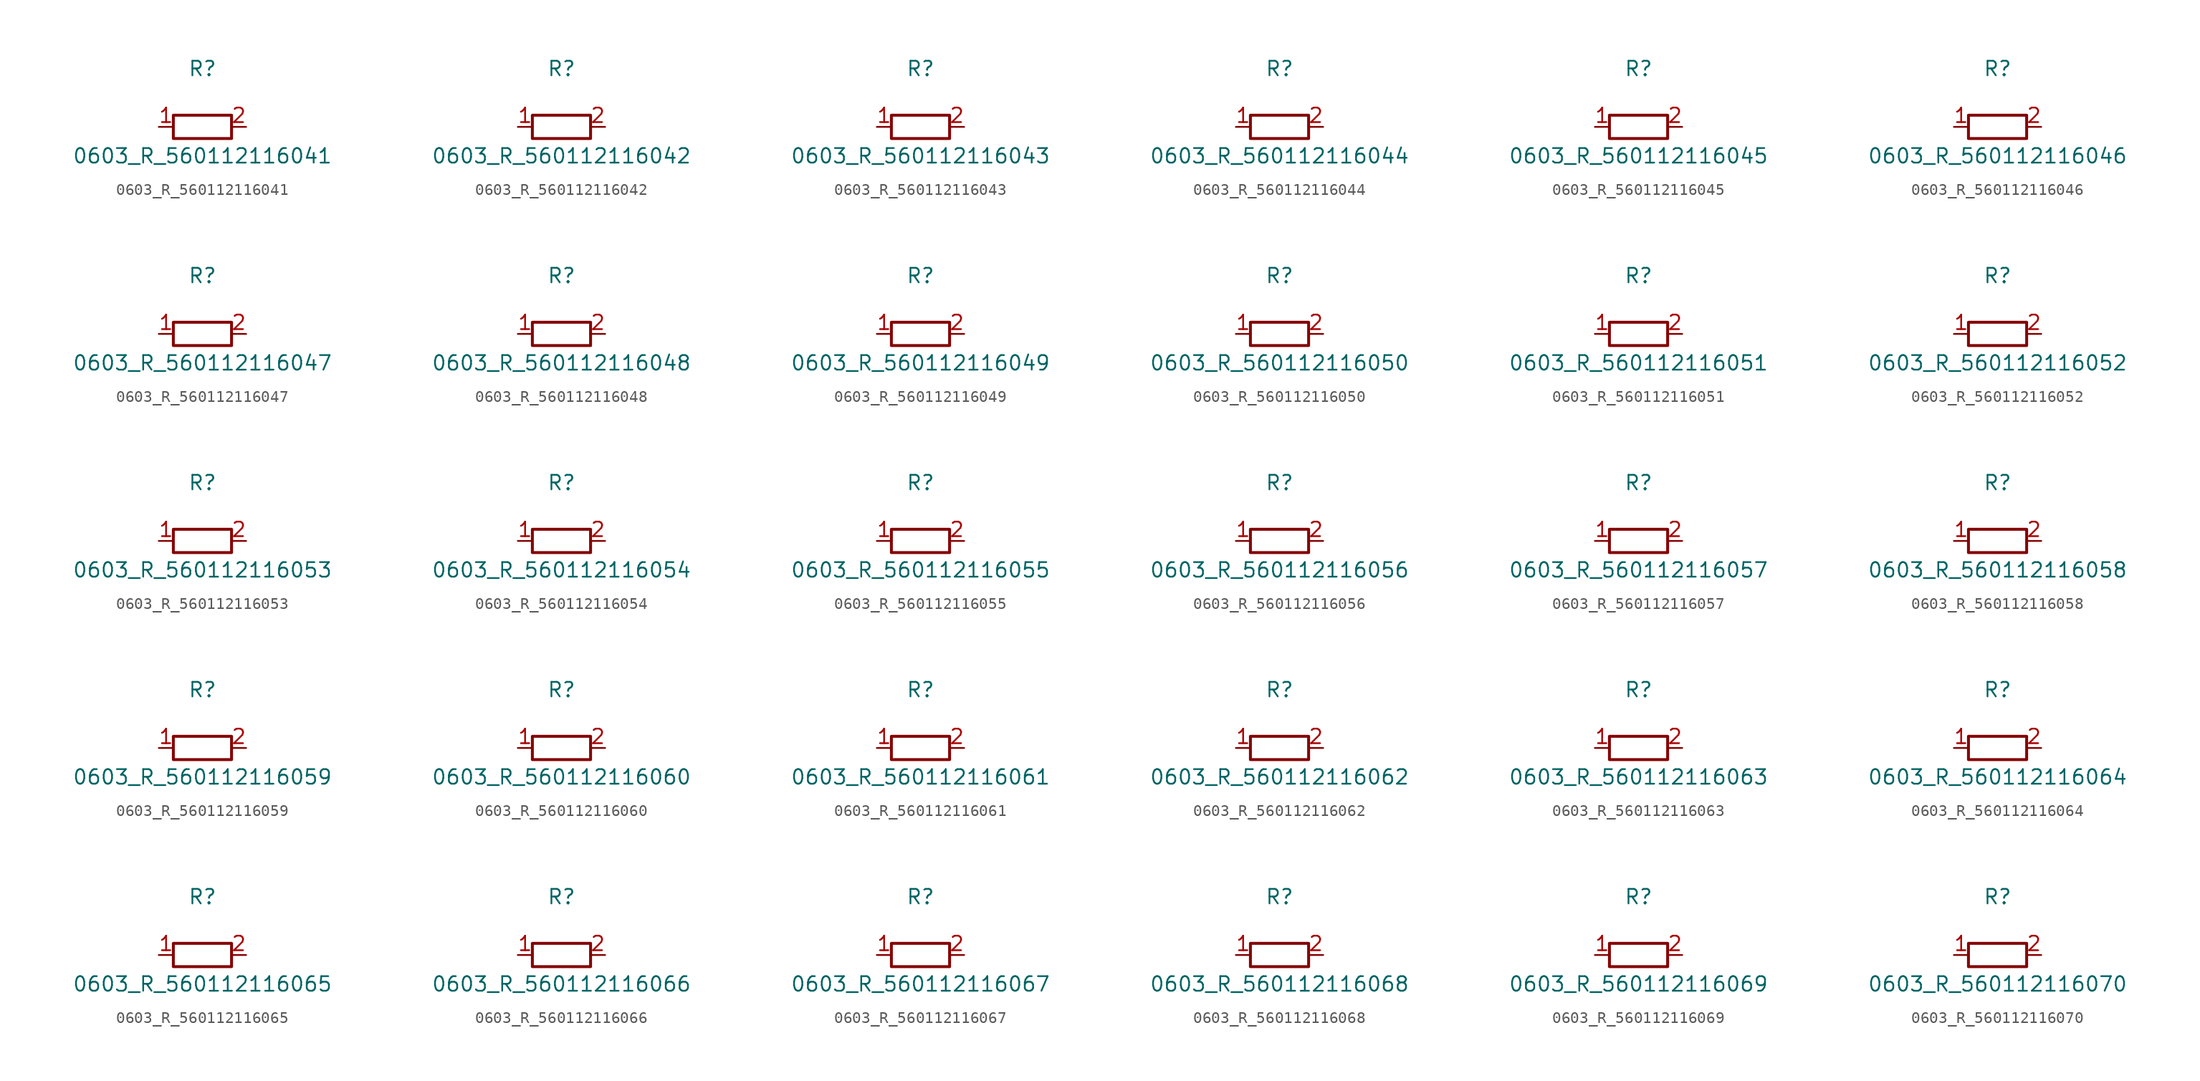
<source format=kicad_sym>
(kicad_symbol_lib
  (version 20220914)
  (generator kicad_symbol_editor)
  (symbol "0603_R_560112116041"
    (pin_names hide)
    (property "Reference" "R"
      (at 0 5.08 0)
      (effects (font (size 1.27 1.27))))
    (property "Value" "0603_R_560112116041"
      (at 0 -2.54 0)
      (effects (font (size 1.27 1.27))))
    (symbol "0603_R_560112116041_0_1"
      (rectangle (start -2.54 -1.016) (end 2.54 1.016) (stroke (width 0.254) (type default)) (fill (type none))))
    (symbol "0603_R_560112116041_1_1"
      (pin passive line (at -3.81 0 0) (length 1.27) (name "~" (effects (font (size 1.27 1.27)))) (number "1" (effects (font (size 1.27 1.27)))))
      (pin passive line (at 3.81 0 180) (length 1.27) (name "~" (effects (font (size 1.27 1.27)))) (number "2" (effects (font (size 1.27 1.27)))))))
  (symbol "0603_R_560112116042"
    (pin_names hide)
    (property "Reference" "R"
      (at 0 5.08 0)
      (effects (font (size 1.27 1.27))))
    (property "Value" "0603_R_560112116042"
      (at 0 -2.54 0)
      (effects (font (size 1.27 1.27))))
    (symbol "0603_R_560112116042_0_1"
      (rectangle (start -2.54 -1.016) (end 2.54 1.016) (stroke (width 0.254) (type default)) (fill (type none))))
    (symbol "0603_R_560112116042_1_1"
      (pin passive line (at -3.81 0 0) (length 1.27) (name "~" (effects (font (size 1.27 1.27)))) (number "1" (effects (font (size 1.27 1.27)))))
      (pin passive line (at 3.81 0 180) (length 1.27) (name "~" (effects (font (size 1.27 1.27)))) (number "2" (effects (font (size 1.27 1.27)))))))
  (symbol "0603_R_560112116043"
    (pin_names hide)
    (property "Reference" "R"
      (at 0 5.08 0)
      (effects (font (size 1.27 1.27))))
    (property "Value" "0603_R_560112116043"
      (at 0 -2.54 0)
      (effects (font (size 1.27 1.27))))
    (symbol "0603_R_560112116043_0_1"
      (rectangle (start -2.54 -1.016) (end 2.54 1.016) (stroke (width 0.254) (type default)) (fill (type none))))
    (symbol "0603_R_560112116043_1_1"
      (pin passive line (at -3.81 0 0) (length 1.27) (name "~" (effects (font (size 1.27 1.27)))) (number "1" (effects (font (size 1.27 1.27)))))
      (pin passive line (at 3.81 0 180) (length 1.27) (name "~" (effects (font (size 1.27 1.27)))) (number "2" (effects (font (size 1.27 1.27)))))))
  (symbol "0603_R_560112116044"
    (pin_names hide)
    (property "Reference" "R"
      (at 0 5.08 0)
      (effects (font (size 1.27 1.27))))
    (property "Value" "0603_R_560112116044"
      (at 0 -2.54 0)
      (effects (font (size 1.27 1.27))))
    (symbol "0603_R_560112116044_0_1"
      (rectangle (start -2.54 -1.016) (end 2.54 1.016) (stroke (width 0.254) (type default)) (fill (type none))))
    (symbol "0603_R_560112116044_1_1"
      (pin passive line (at -3.81 0 0) (length 1.27) (name "~" (effects (font (size 1.27 1.27)))) (number "1" (effects (font (size 1.27 1.27)))))
      (pin passive line (at 3.81 0 180) (length 1.27) (name "~" (effects (font (size 1.27 1.27)))) (number "2" (effects (font (size 1.27 1.27)))))))
  (symbol "0603_R_560112116045"
    (pin_names hide)
    (property "Reference" "R"
      (at 0 5.08 0)
      (effects (font (size 1.27 1.27))))
    (property "Value" "0603_R_560112116045"
      (at 0 -2.54 0)
      (effects (font (size 1.27 1.27))))
    (symbol "0603_R_560112116045_0_1"
      (rectangle (start -2.54 -1.016) (end 2.54 1.016) (stroke (width 0.254) (type default)) (fill (type none))))
    (symbol "0603_R_560112116045_1_1"
      (pin passive line (at -3.81 0 0) (length 1.27) (name "~" (effects (font (size 1.27 1.27)))) (number "1" (effects (font (size 1.27 1.27)))))
      (pin passive line (at 3.81 0 180) (length 1.27) (name "~" (effects (font (size 1.27 1.27)))) (number "2" (effects (font (size 1.27 1.27)))))))
  (symbol "0603_R_560112116046"
    (pin_names hide)
    (property "Reference" "R"
      (at 0 5.08 0)
      (effects (font (size 1.27 1.27))))
    (property "Value" "0603_R_560112116046"
      (at 0 -2.54 0)
      (effects (font (size 1.27 1.27))))
    (symbol "0603_R_560112116046_0_1"
      (rectangle (start -2.54 -1.016) (end 2.54 1.016) (stroke (width 0.254) (type default)) (fill (type none))))
    (symbol "0603_R_560112116046_1_1"
      (pin passive line (at -3.81 0 0) (length 1.27) (name "~" (effects (font (size 1.27 1.27)))) (number "1" (effects (font (size 1.27 1.27)))))
      (pin passive line (at 3.81 0 180) (length 1.27) (name "~" (effects (font (size 1.27 1.27)))) (number "2" (effects (font (size 1.27 1.27)))))))
  (symbol "0603_R_560112116047"
    (pin_names hide)
    (property "Reference" "R"
      (at 0 5.08 0)
      (effects (font (size 1.27 1.27))))
    (property "Value" "0603_R_560112116047"
      (at 0 -2.54 0)
      (effects (font (size 1.27 1.27))))
    (symbol "0603_R_560112116047_0_1"
      (rectangle (start -2.54 -1.016) (end 2.54 1.016) (stroke (width 0.254) (type default)) (fill (type none))))
    (symbol "0603_R_560112116047_1_1"
      (pin passive line (at -3.81 0 0) (length 1.27) (name "~" (effects (font (size 1.27 1.27)))) (number "1" (effects (font (size 1.27 1.27)))))
      (pin passive line (at 3.81 0 180) (length 1.27) (name "~" (effects (font (size 1.27 1.27)))) (number "2" (effects (font (size 1.27 1.27)))))))
  (symbol "0603_R_560112116048"
    (pin_names hide)
    (property "Reference" "R"
      (at 0 5.08 0)
      (effects (font (size 1.27 1.27))))
    (property "Value" "0603_R_560112116048"
      (at 0 -2.54 0)
      (effects (font (size 1.27 1.27))))
    (symbol "0603_R_560112116048_0_1"
      (rectangle (start -2.54 -1.016) (end 2.54 1.016) (stroke (width 0.254) (type default)) (fill (type none))))
    (symbol "0603_R_560112116048_1_1"
      (pin passive line (at -3.81 0 0) (length 1.27) (name "~" (effects (font (size 1.27 1.27)))) (number "1" (effects (font (size 1.27 1.27)))))
      (pin passive line (at 3.81 0 180) (length 1.27) (name "~" (effects (font (size 1.27 1.27)))) (number "2" (effects (font (size 1.27 1.27)))))))
  (symbol "0603_R_560112116049"
    (pin_names hide)
    (property "Reference" "R"
      (at 0 5.08 0)
      (effects (font (size 1.27 1.27))))
    (property "Value" "0603_R_560112116049"
      (at 0 -2.54 0)
      (effects (font (size 1.27 1.27))))
    (symbol "0603_R_560112116049_0_1"
      (rectangle (start -2.54 -1.016) (end 2.54 1.016) (stroke (width 0.254) (type default)) (fill (type none))))
    (symbol "0603_R_560112116049_1_1"
      (pin passive line (at -3.81 0 0) (length 1.27) (name "~" (effects (font (size 1.27 1.27)))) (number "1" (effects (font (size 1.27 1.27)))))
      (pin passive line (at 3.81 0 180) (length 1.27) (name "~" (effects (font (size 1.27 1.27)))) (number "2" (effects (font (size 1.27 1.27)))))))
  (symbol "0603_R_560112116050"
    (pin_names hide)
    (property "Reference" "R"
      (at 0 5.08 0)
      (effects (font (size 1.27 1.27))))
    (property "Value" "0603_R_560112116050"
      (at 0 -2.54 0)
      (effects (font (size 1.27 1.27))))
    (symbol "0603_R_560112116050_0_1"
      (rectangle (start -2.54 -1.016) (end 2.54 1.016) (stroke (width 0.254) (type default)) (fill (type none))))
    (symbol "0603_R_560112116050_1_1"
      (pin passive line (at -3.81 0 0) (length 1.27) (name "~" (effects (font (size 1.27 1.27)))) (number "1" (effects (font (size 1.27 1.27)))))
      (pin passive line (at 3.81 0 180) (length 1.27) (name "~" (effects (font (size 1.27 1.27)))) (number "2" (effects (font (size 1.27 1.27)))))))
  (symbol "0603_R_560112116051"
    (pin_names hide)
    (property "Reference" "R"
      (at 0 5.08 0)
      (effects (font (size 1.27 1.27))))
    (property "Value" "0603_R_560112116051"
      (at 0 -2.54 0)
      (effects (font (size 1.27 1.27))))
    (symbol "0603_R_560112116051_0_1"
      (rectangle (start -2.54 -1.016) (end 2.54 1.016) (stroke (width 0.254) (type default)) (fill (type none))))
    (symbol "0603_R_560112116051_1_1"
      (pin passive line (at -3.81 0 0) (length 1.27) (name "~" (effects (font (size 1.27 1.27)))) (number "1" (effects (font (size 1.27 1.27)))))
      (pin passive line (at 3.81 0 180) (length 1.27) (name "~" (effects (font (size 1.27 1.27)))) (number "2" (effects (font (size 1.27 1.27)))))))
  (symbol "0603_R_560112116052"
    (pin_names hide)
    (property "Reference" "R"
      (at 0 5.08 0)
      (effects (font (size 1.27 1.27))))
    (property "Value" "0603_R_560112116052"
      (at 0 -2.54 0)
      (effects (font (size 1.27 1.27))))
    (symbol "0603_R_560112116052_0_1"
      (rectangle (start -2.54 -1.016) (end 2.54 1.016) (stroke (width 0.254) (type default)) (fill (type none))))
    (symbol "0603_R_560112116052_1_1"
      (pin passive line (at -3.81 0 0) (length 1.27) (name "~" (effects (font (size 1.27 1.27)))) (number "1" (effects (font (size 1.27 1.27)))))
      (pin passive line (at 3.81 0 180) (length 1.27) (name "~" (effects (font (size 1.27 1.27)))) (number "2" (effects (font (size 1.27 1.27)))))))
  (symbol "0603_R_560112116053"
    (pin_names hide)
    (property "Reference" "R"
      (at 0 5.08 0)
      (effects (font (size 1.27 1.27))))
    (property "Value" "0603_R_560112116053"
      (at 0 -2.54 0)
      (effects (font (size 1.27 1.27))))
    (symbol "0603_R_560112116053_0_1"
      (rectangle (start -2.54 -1.016) (end 2.54 1.016) (stroke (width 0.254) (type default)) (fill (type none))))
    (symbol "0603_R_560112116053_1_1"
      (pin passive line (at -3.81 0 0) (length 1.27) (name "~" (effects (font (size 1.27 1.27)))) (number "1" (effects (font (size 1.27 1.27)))))
      (pin passive line (at 3.81 0 180) (length 1.27) (name "~" (effects (font (size 1.27 1.27)))) (number "2" (effects (font (size 1.27 1.27)))))))
  (symbol "0603_R_560112116054"
    (pin_names hide)
    (property "Reference" "R"
      (at 0 5.08 0)
      (effects (font (size 1.27 1.27))))
    (property "Value" "0603_R_560112116054"
      (at 0 -2.54 0)
      (effects (font (size 1.27 1.27))))
    (symbol "0603_R_560112116054_0_1"
      (rectangle (start -2.54 -1.016) (end 2.54 1.016) (stroke (width 0.254) (type default)) (fill (type none))))
    (symbol "0603_R_560112116054_1_1"
      (pin passive line (at -3.81 0 0) (length 1.27) (name "~" (effects (font (size 1.27 1.27)))) (number "1" (effects (font (size 1.27 1.27)))))
      (pin passive line (at 3.81 0 180) (length 1.27) (name "~" (effects (font (size 1.27 1.27)))) (number "2" (effects (font (size 1.27 1.27)))))))
  (symbol "0603_R_560112116055"
    (pin_names hide)
    (property "Reference" "R"
      (at 0 5.08 0)
      (effects (font (size 1.27 1.27))))
    (property "Value" "0603_R_560112116055"
      (at 0 -2.54 0)
      (effects (font (size 1.27 1.27))))
    (symbol "0603_R_560112116055_0_1"
      (rectangle (start -2.54 -1.016) (end 2.54 1.016) (stroke (width 0.254) (type default)) (fill (type none))))
    (symbol "0603_R_560112116055_1_1"
      (pin passive line (at -3.81 0 0) (length 1.27) (name "~" (effects (font (size 1.27 1.27)))) (number "1" (effects (font (size 1.27 1.27)))))
      (pin passive line (at 3.81 0 180) (length 1.27) (name "~" (effects (font (size 1.27 1.27)))) (number "2" (effects (font (size 1.27 1.27)))))))
  (symbol "0603_R_560112116056"
    (pin_names hide)
    (property "Reference" "R"
      (at 0 5.08 0)
      (effects (font (size 1.27 1.27))))
    (property "Value" "0603_R_560112116056"
      (at 0 -2.54 0)
      (effects (font (size 1.27 1.27))))
    (symbol "0603_R_560112116056_0_1"
      (rectangle (start -2.54 -1.016) (end 2.54 1.016) (stroke (width 0.254) (type default)) (fill (type none))))
    (symbol "0603_R_560112116056_1_1"
      (pin passive line (at -3.81 0 0) (length 1.27) (name "~" (effects (font (size 1.27 1.27)))) (number "1" (effects (font (size 1.27 1.27)))))
      (pin passive line (at 3.81 0 180) (length 1.27) (name "~" (effects (font (size 1.27 1.27)))) (number "2" (effects (font (size 1.27 1.27)))))))
  (symbol "0603_R_560112116057"
    (pin_names hide)
    (property "Reference" "R"
      (at 0 5.08 0)
      (effects (font (size 1.27 1.27))))
    (property "Value" "0603_R_560112116057"
      (at 0 -2.54 0)
      (effects (font (size 1.27 1.27))))
    (symbol "0603_R_560112116057_0_1"
      (rectangle (start -2.54 -1.016) (end 2.54 1.016) (stroke (width 0.254) (type default)) (fill (type none))))
    (symbol "0603_R_560112116057_1_1"
      (pin passive line (at -3.81 0 0) (length 1.27) (name "~" (effects (font (size 1.27 1.27)))) (number "1" (effects (font (size 1.27 1.27)))))
      (pin passive line (at 3.81 0 180) (length 1.27) (name "~" (effects (font (size 1.27 1.27)))) (number "2" (effects (font (size 1.27 1.27)))))))
  (symbol "0603_R_560112116058"
    (pin_names hide)
    (property "Reference" "R"
      (at 0 5.08 0)
      (effects (font (size 1.27 1.27))))
    (property "Value" "0603_R_560112116058"
      (at 0 -2.54 0)
      (effects (font (size 1.27 1.27))))
    (symbol "0603_R_560112116058_0_1"
      (rectangle (start -2.54 -1.016) (end 2.54 1.016) (stroke (width 0.254) (type default)) (fill (type none))))
    (symbol "0603_R_560112116058_1_1"
      (pin passive line (at -3.81 0 0) (length 1.27) (name "~" (effects (font (size 1.27 1.27)))) (number "1" (effects (font (size 1.27 1.27)))))
      (pin passive line (at 3.81 0 180) (length 1.27) (name "~" (effects (font (size 1.27 1.27)))) (number "2" (effects (font (size 1.27 1.27)))))))
  (symbol "0603_R_560112116059"
    (pin_names hide)
    (property "Reference" "R"
      (at 0 5.08 0)
      (effects (font (size 1.27 1.27))))
    (property "Value" "0603_R_560112116059"
      (at 0 -2.54 0)
      (effects (font (size 1.27 1.27))))
    (symbol "0603_R_560112116059_0_1"
      (rectangle (start -2.54 -1.016) (end 2.54 1.016) (stroke (width 0.254) (type default)) (fill (type none))))
    (symbol "0603_R_560112116059_1_1"
      (pin passive line (at -3.81 0 0) (length 1.27) (name "~" (effects (font (size 1.27 1.27)))) (number "1" (effects (font (size 1.27 1.27)))))
      (pin passive line (at 3.81 0 180) (length 1.27) (name "~" (effects (font (size 1.27 1.27)))) (number "2" (effects (font (size 1.27 1.27)))))))
  (symbol "0603_R_560112116060"
    (pin_names hide)
    (property "Reference" "R"
      (at 0 5.08 0)
      (effects (font (size 1.27 1.27))))
    (property "Value" "0603_R_560112116060"
      (at 0 -2.54 0)
      (effects (font (size 1.27 1.27))))
    (symbol "0603_R_560112116060_0_1"
      (rectangle (start -2.54 -1.016) (end 2.54 1.016) (stroke (width 0.254) (type default)) (fill (type none))))
    (symbol "0603_R_560112116060_1_1"
      (pin passive line (at -3.81 0 0) (length 1.27) (name "~" (effects (font (size 1.27 1.27)))) (number "1" (effects (font (size 1.27 1.27)))))
      (pin passive line (at 3.81 0 180) (length 1.27) (name "~" (effects (font (size 1.27 1.27)))) (number "2" (effects (font (size 1.27 1.27)))))))
  (symbol "0603_R_560112116061"
    (pin_names hide)
    (property "Reference" "R"
      (at 0 5.08 0)
      (effects (font (size 1.27 1.27))))
    (property "Value" "0603_R_560112116061"
      (at 0 -2.54 0)
      (effects (font (size 1.27 1.27))))
    (symbol "0603_R_560112116061_0_1"
      (rectangle (start -2.54 -1.016) (end 2.54 1.016) (stroke (width 0.254) (type default)) (fill (type none))))
    (symbol "0603_R_560112116061_1_1"
      (pin passive line (at -3.81 0 0) (length 1.27) (name "~" (effects (font (size 1.27 1.27)))) (number "1" (effects (font (size 1.27 1.27)))))
      (pin passive line (at 3.81 0 180) (length 1.27) (name "~" (effects (font (size 1.27 1.27)))) (number "2" (effects (font (size 1.27 1.27)))))))
  (symbol "0603_R_560112116062"
    (pin_names hide)
    (property "Reference" "R"
      (at 0 5.08 0)
      (effects (font (size 1.27 1.27))))
    (property "Value" "0603_R_560112116062"
      (at 0 -2.54 0)
      (effects (font (size 1.27 1.27))))
    (symbol "0603_R_560112116062_0_1"
      (rectangle (start -2.54 -1.016) (end 2.54 1.016) (stroke (width 0.254) (type default)) (fill (type none))))
    (symbol "0603_R_560112116062_1_1"
      (pin passive line (at -3.81 0 0) (length 1.27) (name "~" (effects (font (size 1.27 1.27)))) (number "1" (effects (font (size 1.27 1.27)))))
      (pin passive line (at 3.81 0 180) (length 1.27) (name "~" (effects (font (size 1.27 1.27)))) (number "2" (effects (font (size 1.27 1.27)))))))
  (symbol "0603_R_560112116063"
    (pin_names hide)
    (property "Reference" "R"
      (at 0 5.08 0)
      (effects (font (size 1.27 1.27))))
    (property "Value" "0603_R_560112116063"
      (at 0 -2.54 0)
      (effects (font (size 1.27 1.27))))
    (symbol "0603_R_560112116063_0_1"
      (rectangle (start -2.54 -1.016) (end 2.54 1.016) (stroke (width 0.254) (type default)) (fill (type none))))
    (symbol "0603_R_560112116063_1_1"
      (pin passive line (at -3.81 0 0) (length 1.27) (name "~" (effects (font (size 1.27 1.27)))) (number "1" (effects (font (size 1.27 1.27)))))
      (pin passive line (at 3.81 0 180) (length 1.27) (name "~" (effects (font (size 1.27 1.27)))) (number "2" (effects (font (size 1.27 1.27)))))))
  (symbol "0603_R_560112116064"
    (pin_names hide)
    (property "Reference" "R"
      (at 0 5.08 0)
      (effects (font (size 1.27 1.27))))
    (property "Value" "0603_R_560112116064"
      (at 0 -2.54 0)
      (effects (font (size 1.27 1.27))))
    (symbol "0603_R_560112116064_0_1"
      (rectangle (start -2.54 -1.016) (end 2.54 1.016) (stroke (width 0.254) (type default)) (fill (type none))))
    (symbol "0603_R_560112116064_1_1"
      (pin passive line (at -3.81 0 0) (length 1.27) (name "~" (effects (font (size 1.27 1.27)))) (number "1" (effects (font (size 1.27 1.27)))))
      (pin passive line (at 3.81 0 180) (length 1.27) (name "~" (effects (font (size 1.27 1.27)))) (number "2" (effects (font (size 1.27 1.27)))))))
  (symbol "0603_R_560112116065"
    (pin_names hide)
    (property "Reference" "R"
      (at 0 5.08 0)
      (effects (font (size 1.27 1.27))))
    (property "Value" "0603_R_560112116065"
      (at 0 -2.54 0)
      (effects (font (size 1.27 1.27))))
    (symbol "0603_R_560112116065_0_1"
      (rectangle (start -2.54 -1.016) (end 2.54 1.016) (stroke (width 0.254) (type default)) (fill (type none))))
    (symbol "0603_R_560112116065_1_1"
      (pin passive line (at -3.81 0 0) (length 1.27) (name "~" (effects (font (size 1.27 1.27)))) (number "1" (effects (font (size 1.27 1.27)))))
      (pin passive line (at 3.81 0 180) (length 1.27) (name "~" (effects (font (size 1.27 1.27)))) (number "2" (effects (font (size 1.27 1.27)))))))
  (symbol "0603_R_560112116066"
    (pin_names hide)
    (property "Reference" "R"
      (at 0 5.08 0)
      (effects (font (size 1.27 1.27))))
    (property "Value" "0603_R_560112116066"
      (at 0 -2.54 0)
      (effects (font (size 1.27 1.27))))
    (symbol "0603_R_560112116066_0_1"
      (rectangle (start -2.54 -1.016) (end 2.54 1.016) (stroke (width 0.254) (type default)) (fill (type none))))
    (symbol "0603_R_560112116066_1_1"
      (pin passive line (at -3.81 0 0) (length 1.27) (name "~" (effects (font (size 1.27 1.27)))) (number "1" (effects (font (size 1.27 1.27)))))
      (pin passive line (at 3.81 0 180) (length 1.27) (name "~" (effects (font (size 1.27 1.27)))) (number "2" (effects (font (size 1.27 1.27)))))))
  (symbol "0603_R_560112116067"
    (pin_names hide)
    (property "Reference" "R"
      (at 0 5.08 0)
      (effects (font (size 1.27 1.27))))
    (property "Value" "0603_R_560112116067"
      (at 0 -2.54 0)
      (effects (font (size 1.27 1.27))))
    (symbol "0603_R_560112116067_0_1"
      (rectangle (start -2.54 -1.016) (end 2.54 1.016) (stroke (width 0.254) (type default)) (fill (type none))))
    (symbol "0603_R_560112116067_1_1"
      (pin passive line (at -3.81 0 0) (length 1.27) (name "~" (effects (font (size 1.27 1.27)))) (number "1" (effects (font (size 1.27 1.27)))))
      (pin passive line (at 3.81 0 180) (length 1.27) (name "~" (effects (font (size 1.27 1.27)))) (number "2" (effects (font (size 1.27 1.27)))))))
  (symbol "0603_R_560112116068"
    (pin_names hide)
    (property "Reference" "R"
      (at 0 5.08 0)
      (effects (font (size 1.27 1.27))))
    (property "Value" "0603_R_560112116068"
      (at 0 -2.54 0)
      (effects (font (size 1.27 1.27))))
    (symbol "0603_R_560112116068_0_1"
      (rectangle (start -2.54 -1.016) (end 2.54 1.016) (stroke (width 0.254) (type default)) (fill (type none))))
    (symbol "0603_R_560112116068_1_1"
      (pin passive line (at -3.81 0 0) (length 1.27) (name "~" (effects (font (size 1.27 1.27)))) (number "1" (effects (font (size 1.27 1.27)))))
      (pin passive line (at 3.81 0 180) (length 1.27) (name "~" (effects (font (size 1.27 1.27)))) (number "2" (effects (font (size 1.27 1.27)))))))
  (symbol "0603_R_560112116069"
    (pin_names hide)
    (property "Reference" "R"
      (at 0 5.08 0)
      (effects (font (size 1.27 1.27))))
    (property "Value" "0603_R_560112116069"
      (at 0 -2.54 0)
      (effects (font (size 1.27 1.27))))
    (symbol "0603_R_560112116069_0_1"
      (rectangle (start -2.54 -1.016) (end 2.54 1.016) (stroke (width 0.254) (type default)) (fill (type none))))
    (symbol "0603_R_560112116069_1_1"
      (pin passive line (at -3.81 0 0) (length 1.27) (name "~" (effects (font (size 1.27 1.27)))) (number "1" (effects (font (size 1.27 1.27)))))
      (pin passive line (at 3.81 0 180) (length 1.27) (name "~" (effects (font (size 1.27 1.27)))) (number "2" (effects (font (size 1.27 1.27)))))))
  (symbol "0603_R_560112116070"
    (pin_names hide)
    (property "Reference" "R"
      (at 0 5.08 0)
      (effects (font (size 1.27 1.27))))
    (property "Value" "0603_R_560112116070"
      (at 0 -2.54 0)
      (effects (font (size 1.27 1.27))))
    (symbol "0603_R_560112116070_0_1"
      (rectangle (start -2.54 -1.016) (end 2.54 1.016) (stroke (width 0.254) (type default)) (fill (type none))))
    (symbol "0603_R_560112116070_1_1"
      (pin passive line (at -3.81 0 0) (length 1.27) (name "~" (effects (font (size 1.27 1.27)))) (number "1" (effects (font (size 1.27 1.27)))))
      (pin passive line (at 3.81 0 180) (length 1.27) (name "~" (effects (font (size 1.27 1.27)))) (number "2" (effects (font (size 1.27 1.27))))))))
</source>
